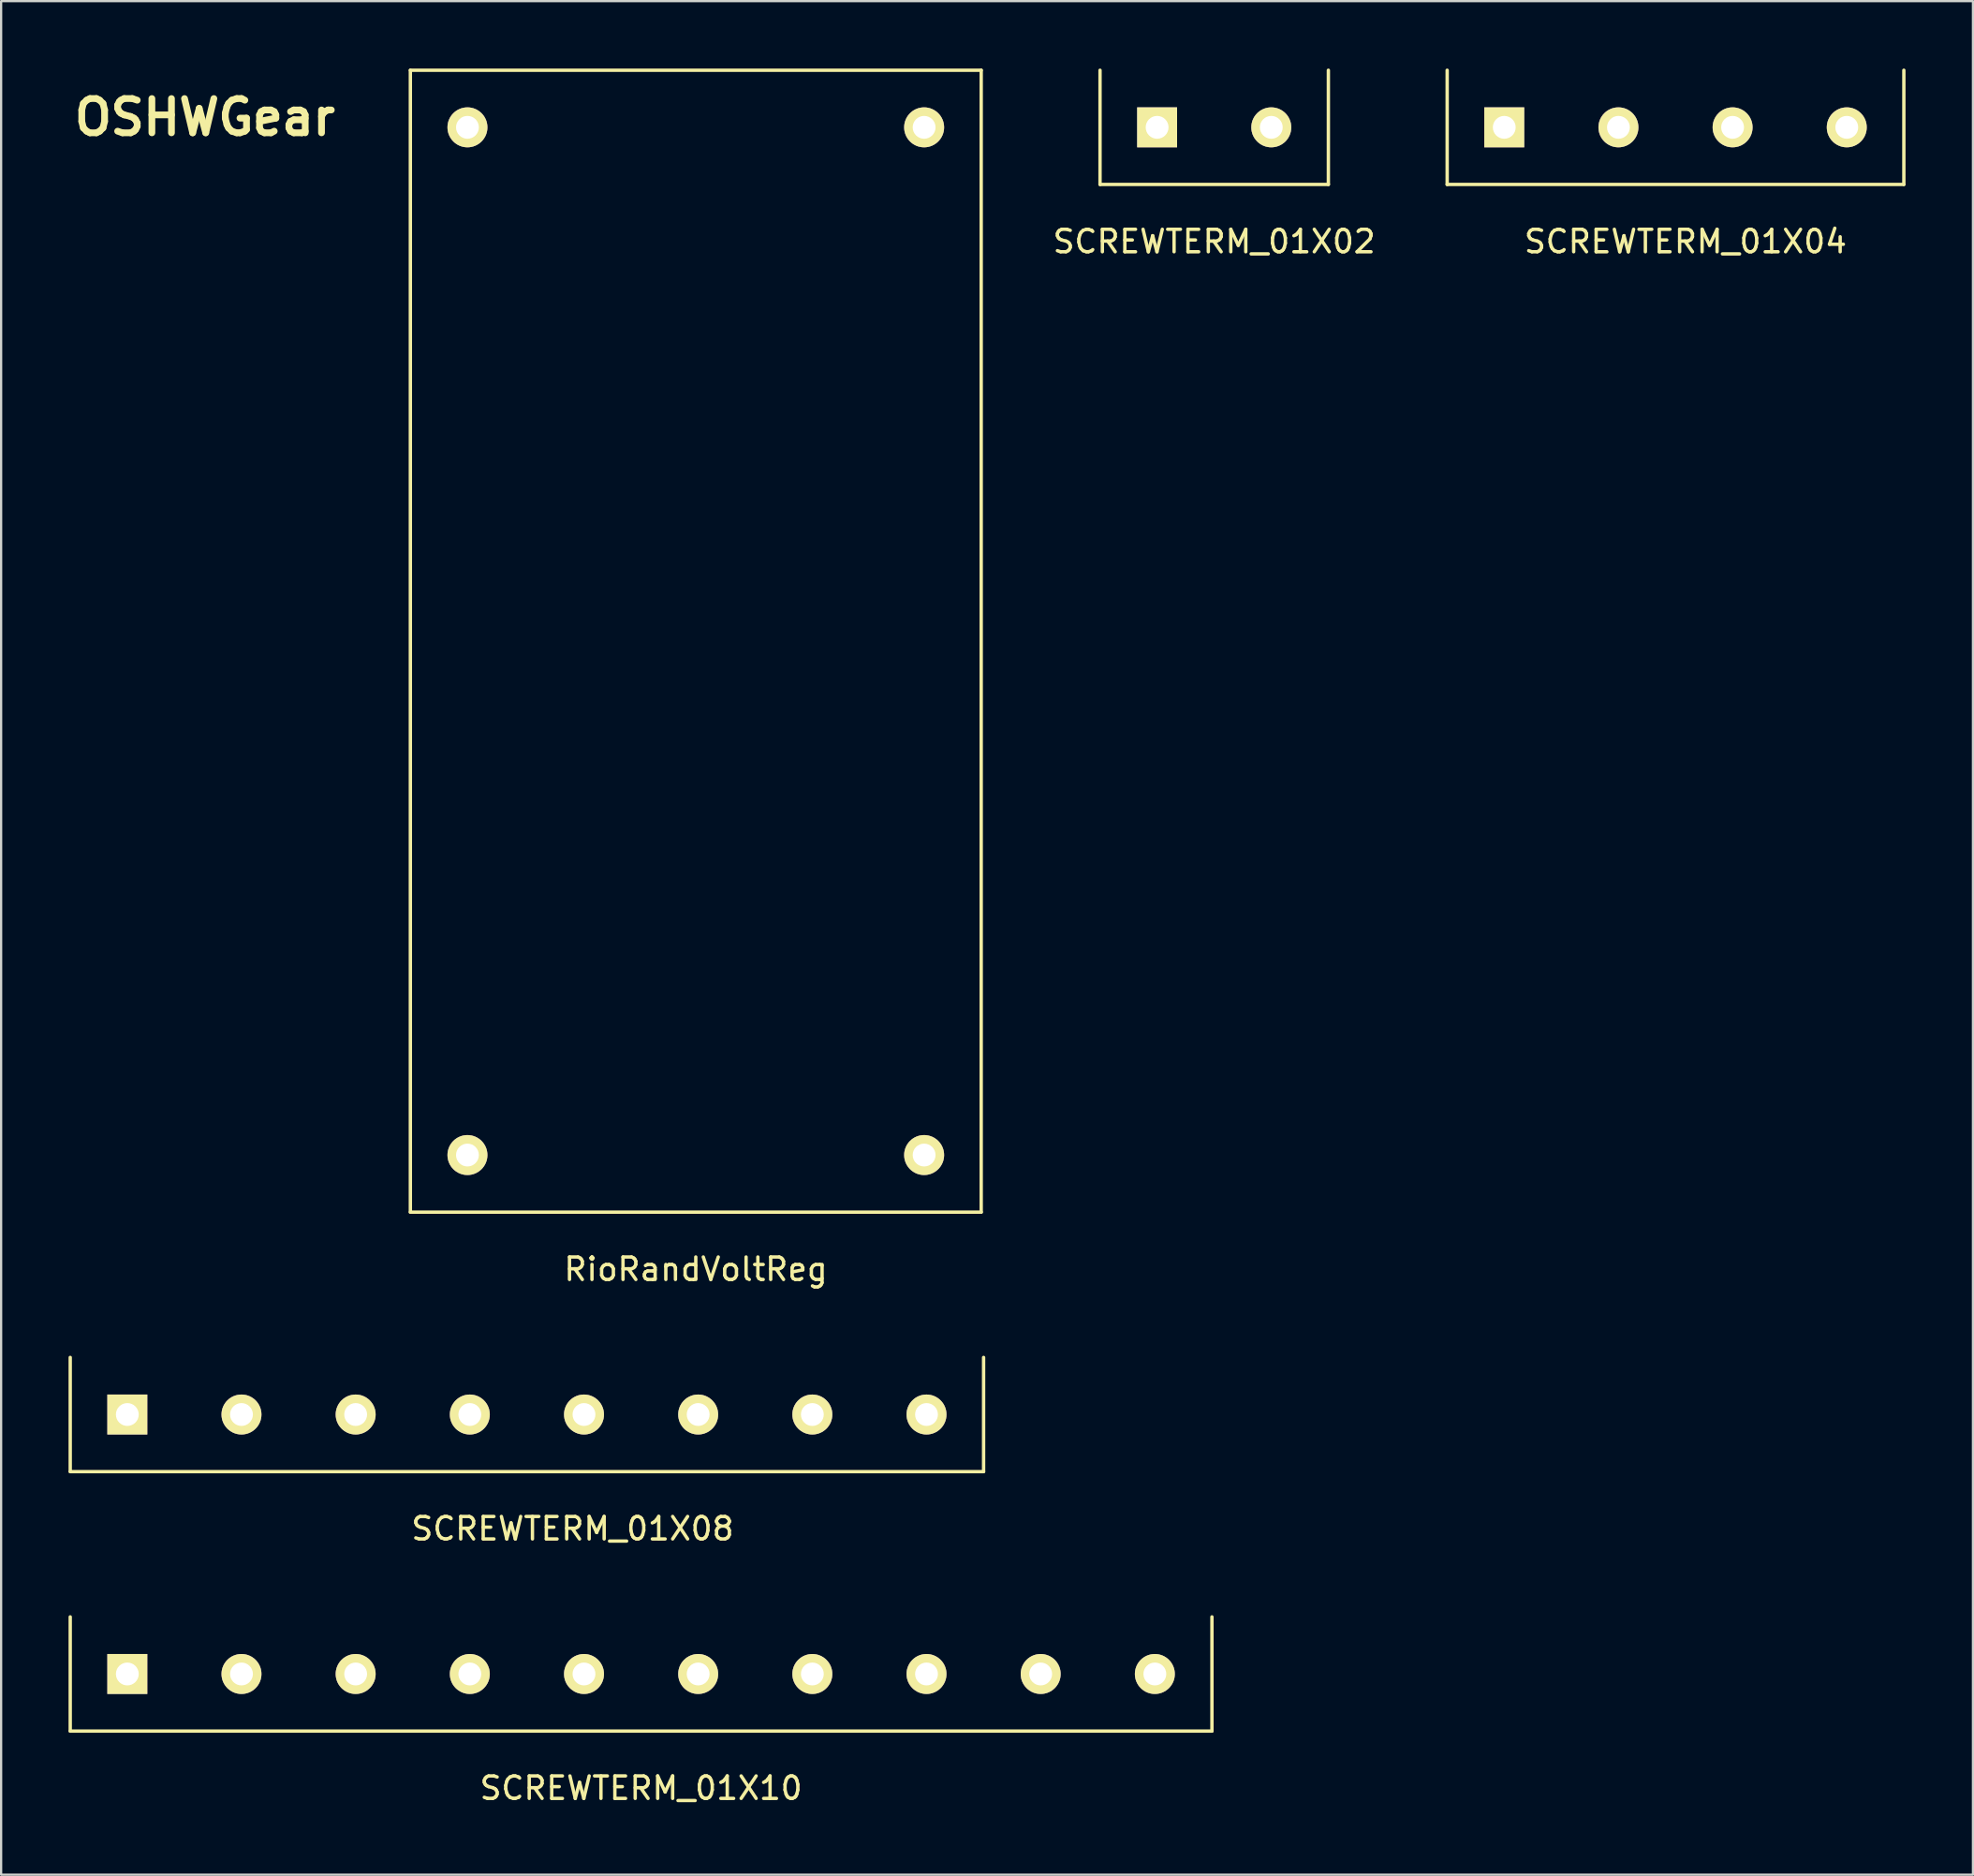
<source format=kicad_pcb>
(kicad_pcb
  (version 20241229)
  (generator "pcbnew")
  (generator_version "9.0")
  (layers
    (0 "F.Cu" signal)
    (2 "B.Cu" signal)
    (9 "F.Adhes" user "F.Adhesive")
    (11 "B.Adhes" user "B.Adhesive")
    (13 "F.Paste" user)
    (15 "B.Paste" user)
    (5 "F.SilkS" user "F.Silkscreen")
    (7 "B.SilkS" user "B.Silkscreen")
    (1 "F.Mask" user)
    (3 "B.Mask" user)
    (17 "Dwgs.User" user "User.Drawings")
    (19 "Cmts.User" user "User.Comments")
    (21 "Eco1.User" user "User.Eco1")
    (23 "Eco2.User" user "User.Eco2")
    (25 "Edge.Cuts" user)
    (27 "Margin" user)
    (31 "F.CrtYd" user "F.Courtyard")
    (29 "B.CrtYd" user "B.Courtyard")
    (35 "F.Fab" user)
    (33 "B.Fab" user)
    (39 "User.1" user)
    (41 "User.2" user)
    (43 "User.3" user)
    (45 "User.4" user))
  (footprint "OSHWGear"
    (layer "F.Cu")
    (at 6.067 2.169)
    (property "Reference" "OSHWGear" (at 0 0 0) (layer "F.SilkS") (effects (font (size 1.524 1.524) (thickness 0.3))))
    (attr through_hole)
    (fp_poly (pts (xy 0.174 -2.158) (xy 0.262 -2.147) (xy 0.304 -2.13) (xy 0.305 -2.129) (xy 0.32 -2.084) (xy 0.343 -1.992) (xy 0.369 -1.869) (xy 0.385 -1.791) (xy 0.411 -1.661) (xy 0.433 -1.557) (xy 0.448 -1.494) (xy 0.453 -1.482) (xy 0.503 -1.458) (xy 0.59 -1.421) (xy 0.694 -1.381) (xy 0.796 -1.343) (xy 0.876 -1.315) (xy 0.916 -1.305) (xy 0.958 -1.322) (xy 1.039 -1.369) (xy 1.144 -1.437) (xy 1.214 -1.485) (xy 1.47 -1.665) (xy 1.916 -1.219) (xy 1.733 -0.943) (xy 1.55 -0.668) (xy 1.659 -0.424) (xy 1.768 -0.18) (xy 2.061 -0.124) (xy 2.193 -0.097) (xy 2.301 -0.073) (xy 2.371 -0.054) (xy 2.387 -0.048) (xy 2.401 -0.009) (xy 2.412 0.078) (xy 2.418 0.199) (xy 2.419 0.257) (xy 2.418 0.39) (xy 2.41 0.481) (xy 2.383 0.541) (xy 2.328 0.58) (xy 2.235 0.609) (xy 2.094 0.636) (xy 2.027 0.648) (xy 1.91 0.671) (xy 1.82 0.69) (xy 1.773 0.703) (xy 1.77 0.705) (xy 1.746 0.751) (xy 1.711 0.838) (xy 1.671 0.946) (xy 1.633 1.056) (xy 1.604 1.147) (xy 1.592 1.201) (xy 1.591 1.204) (xy 1.609 1.254) (xy 1.656 1.341) (xy 1.724 1.447) (xy 1.755 1.493) (xy 1.919 1.725) (xy 1.469 2.175) (xy 1.23 2.011) (xy 1.102 1.925) (xy 1.012 1.873) (xy 0.948 1.853) (xy 0.897 1.859) (xy 0.847 1.889) (xy 0.842 1.893) (xy 0.78 1.93) (xy 0.744 1.941) (xy 0.721 1.913) (xy 0.678 1.836) (xy 0.622 1.718) (xy 0.555 1.57) (xy 0.496 1.431) (xy 0.283 0.92) (xy 0.356 0.859) (xy 0.416 0.815) (xy 0.454 0.797) (xy 0.491 0.769) (xy 0.541 0.699) (xy 0.595 0.604) (xy 0.644 0.502) (xy 0.678 0.41) (xy 0.685 0.379) (xy 0.689 0.179) (xy 0.637 -0.005) (xy 0.537 -0.167) (xy 0.398 -0.296) (xy 0.226 -0.383) (xy 0.029 -0.42) (xy 0 -0.42) (xy -0.199 -0.391) (xy -0.375 -0.31) (xy -0.52 -0.187) (xy -0.626 -0.029) (xy -0.685 0.153) (xy -0.689 0.35) (xy -0.685 0.379) (xy -0.661 0.461) (xy -0.617 0.561) (xy -0.564 0.661) (xy -0.511 0.743) (xy -0.467 0.791) (xy -0.454 0.797) (xy -0.414 0.816) (xy -0.356 0.859) (xy -0.283 0.92) (xy -0.496 1.431) (xy -0.567 1.597) (xy -0.632 1.741) (xy -0.687 1.852) (xy -0.726 1.921) (xy -0.744 1.941) (xy -0.796 1.922) (xy -0.842 1.893) (xy -0.897 1.859) (xy -0.952 1.852) (xy -1.02 1.876) (xy -1.115 1.933) (xy -1.196 1.99) (xy -1.297 2.06) (xy -1.382 2.116) (xy -1.434 2.147) (xy -1.439 2.149) (xy -1.478 2.135) (xy -1.55 2.082) (xy -1.643 2) (xy -1.7 1.945) (xy -1.918 1.725) (xy -1.755 1.493) (xy -1.681 1.382) (xy -1.625 1.286) (xy -1.595 1.219) (xy -1.591 1.204) (xy -1.602 1.154) (xy -1.63 1.066) (xy -1.667 0.957) (xy -1.707 0.848) (xy -1.743 0.758) (xy -1.768 0.707) (xy -1.77 0.705) (xy -1.803 0.694) (xy -1.884 0.676) (xy -1.995 0.654) (xy -2.027 0.648) (xy -2.189 0.618) (xy -2.299 0.592) (xy -2.367 0.558) (xy -2.403 0.506) (xy -2.417 0.428) (xy -2.419 0.311) (xy -2.419 0.257) (xy -2.416 0.127) (xy -2.407 0.024) (xy -2.393 -0.038) (xy -2.387 -0.048) (xy -2.343 -0.062) (xy -2.252 -0.084) (xy -2.13 -0.109) (xy -2.061 -0.122) (xy -1.767 -0.177) (xy -1.698 -0.319) (xy -1.63 -0.464) (xy -1.59 -0.569) (xy -1.579 -0.652) (xy -1.599 -0.731) (xy -1.649 -0.823) (xy -1.733 -0.946) (xy -1.736 -0.951) (xy -1.919 -1.216) (xy -1.695 -1.44) (xy -1.471 -1.664) (xy -1.21 -1.484) (xy -1.095 -1.408) (xy -0.997 -1.348) (xy -0.928 -1.312) (xy -0.907 -1.305) (xy -0.864 -1.316) (xy -0.782 -1.345) (xy -0.68 -1.383) (xy -0.578 -1.424) (xy -0.495 -1.46) (xy -0.453 -1.481) (xy -0.443 -1.513) (xy -0.425 -1.593) (xy -0.401 -1.709) (xy -0.385 -1.791) (xy -0.358 -1.925) (xy -0.332 -2.037) (xy -0.312 -2.11) (xy -0.305 -2.129) (xy -0.263 -2.147) (xy -0.177 -2.158) (xy -0.063 -2.164) (xy 0.06 -2.164) (xy 0.174 -2.158)) (stroke (width 0.01) (type solid)) (fill yes) (layer "F.Mask")))
  (footprint "SCREWTERM_01X02"
    (layer "F.Cu")
    (at 48.436 2.615)
    (property "Reference" "SCREWTERM_01X02" (at 2.54 5.08 0) (layer "F.SilkS") (effects (font (size 1 1) (thickness 0.15))))
    (attr through_hole)
    (fp_line (start -2.54 -2.54) (end -2.54 2.54) (stroke (width 0.15) (type solid)) (layer "F.SilkS"))
    (fp_line (start -2.54 2.54) (end 7.62 2.54) (stroke (width 0.15) (type solid)) (layer "F.SilkS"))
    (fp_line (start 7.62 2.54) (end 7.62 -2.54) (stroke (width 0.15) (type solid)) (layer "F.SilkS"))
    (pad "1" thru_hole rect (at 0 0) (size 1.778 1.778) (drill 1.016) (layers "*.Cu" "*.Mask" "F.SilkS"))
    (pad "2" thru_hole circle (at 5.08 0) (size 1.778 1.778) (drill 1.016) (layers "*.Cu" "*.Mask" "F.SilkS")))
  (footprint "SCREWTERM_01X04"
    (layer "F.Cu")
    (at 63.882 2.615)
    (property "Reference" "SCREWTERM_01X04" (at 8.065 5.08 0) (layer "F.SilkS") (effects (font (size 1 1) (thickness 0.15))))
    (attr through_hole)
    (fp_line (start -2.54 -2.54) (end -2.54 2.54) (stroke (width 0.15) (type solid)) (layer "F.SilkS"))
    (fp_line (start -2.54 2.54) (end 17.78 2.54) (stroke (width 0.15) (type solid)) (layer "F.SilkS"))
    (fp_line (start 17.78 2.54) (end 17.78 -2.54) (stroke (width 0.15) (type solid)) (layer "F.SilkS"))
    (pad "1" thru_hole rect (at 0 0) (size 1.778 1.778) (drill 1.016) (layers "*.Cu" "*.Mask" "F.SilkS"))
    (pad "2" thru_hole circle (at 5.08 0) (size 1.778 1.778) (drill 1.016) (layers "*.Cu" "*.Mask" "F.SilkS"))
    (pad "3" thru_hole circle (at 10.16 0) (size 1.778 1.778) (drill 1.016) (layers "*.Cu" "*.Mask" "F.SilkS"))
    (pad "4" thru_hole circle (at 15.24 0) (size 1.778 1.778) (drill 1.016) (layers "*.Cu" "*.Mask" "F.SilkS")))
  (footprint "SCREWTERM_01X08"
    (layer "F.Cu")
    (at 2.615 59.878)
    (property "Reference" "SCREWTERM_01X08" (at 19.812 5.08 0) (layer "F.SilkS") (effects (font (size 1 1) (thickness 0.15))))
    (attr through_hole)
    (fp_line (start -2.54 -2.54) (end -2.54 2.54) (stroke (width 0.15) (type solid)) (layer "F.SilkS"))
    (fp_line (start -2.54 2.54) (end 38.1 2.54) (stroke (width 0.15) (type solid)) (layer "F.SilkS"))
    (fp_line (start 38.1 2.54) (end 38.1 -2.54) (stroke (width 0.15) (type solid)) (layer "F.SilkS"))
    (pad "1" thru_hole rect (at 0 0) (size 1.778 1.778) (drill 1.016) (layers "*.Cu" "*.Mask" "F.SilkS"))
    (pad "2" thru_hole circle (at 5.08 0) (size 1.778 1.778) (drill 1.016) (layers "*.Cu" "*.Mask" "F.SilkS"))
    (pad "3" thru_hole circle (at 10.16 0) (size 1.778 1.778) (drill 1.016) (layers "*.Cu" "*.Mask" "F.SilkS"))
    (pad "4" thru_hole circle (at 15.24 0) (size 1.778 1.778) (drill 1.016) (layers "*.Cu" "*.Mask" "F.SilkS"))
    (pad "5" thru_hole circle (at 20.32 0) (size 1.778 1.778) (drill 1.016) (layers "*.Cu" "*.Mask" "F.SilkS"))
    (pad "6" thru_hole circle (at 25.4 0) (size 1.778 1.778) (drill 1.016) (layers "*.Cu" "*.Mask" "F.SilkS"))
    (pad "7" thru_hole circle (at 30.48 0) (size 1.778 1.778) (drill 1.016) (layers "*.Cu" "*.Mask" "F.SilkS"))
    (pad "8" thru_hole circle (at 35.56 0) (size 1.778 1.778) (drill 1.016) (layers "*.Cu" "*.Mask" "F.SilkS")))
  (footprint "RioRandVoltReg"
    (layer "F.Cu")
    (at 38.069 2.615)
    (property "Reference" "RioRandVoltReg" (at -10.16 50.8 0) (layer "F.SilkS") (effects (font (size 1 1) (thickness 0.15))))
    (attr through_hole)
    (fp_line (start -22.86 -2.54) (end 2.54 -2.54) (stroke (width 0.15) (type solid)) (layer "F.SilkS"))
    (fp_line (start -22.86 48.26) (end -22.86 -2.54) (stroke (width 0.15) (type solid)) (layer "F.SilkS"))
    (fp_line (start 2.54 -2.54) (end 2.54 48.26) (stroke (width 0.15) (type solid)) (layer "F.SilkS"))
    (fp_line (start 2.54 48.26) (end -22.86 48.26) (stroke (width 0.15) (type solid)) (layer "F.SilkS"))
    (pad "1" thru_hole circle (at 0 0) (size 1.778 1.778) (drill 1.016) (layers "*.Cu" "*.Mask" "F.SilkS"))
    (pad "2" thru_hole circle (at -20.32 0) (size 1.778 1.778) (drill 1.016) (layers "*.Cu" "*.Mask" "F.SilkS"))
    (pad "3" thru_hole circle (at -20.32 45.72) (size 1.778 1.778) (drill 1.016) (layers "*.Cu" "*.Mask" "F.SilkS"))
    (pad "4" thru_hole circle (at 0 45.72) (size 1.778 1.778) (drill 1.016) (layers "*.Cu" "*.Mask" "F.SilkS")))
  (footprint "SCREWTERM_01X10"
    (layer "F.Cu")
    (at 2.615 71.421)
    (property "Reference" "SCREWTERM_01X10" (at 22.86 5.08 0) (layer "F.SilkS") (effects (font (size 1 1) (thickness 0.15))))
    (attr through_hole)
    (fp_line (start -2.54 -2.54) (end -2.54 2.54) (stroke (width 0.15) (type solid)) (layer "F.SilkS"))
    (fp_line (start 48.26 -2.54) (end 48.26 2.54) (stroke (width 0.15) (type solid)) (layer "F.SilkS"))
    (fp_line (start 48.26 2.54) (end -2.54 2.54) (stroke (width 0.15) (type solid)) (layer "F.SilkS"))
    (pad "1" thru_hole rect (at 0 0) (size 1.778 1.778) (drill 1.016) (layers "*.Cu" "*.Mask" "F.SilkS"))
    (pad "2" thru_hole circle (at 5.08 0) (size 1.778 1.778) (drill 1.016) (layers "*.Cu" "*.Mask" "F.SilkS"))
    (pad "3" thru_hole circle (at 10.16 0) (size 1.778 1.778) (drill 1.016) (layers "*.Cu" "*.Mask" "F.SilkS"))
    (pad "4" thru_hole circle (at 15.24 0) (size 1.778 1.778) (drill 1.016) (layers "*.Cu" "*.Mask" "F.SilkS"))
    (pad "5" thru_hole circle (at 20.32 0) (size 1.778 1.778) (drill 1.016) (layers "*.Cu" "*.Mask" "F.SilkS"))
    (pad "6" thru_hole circle (at 25.4 0) (size 1.778 1.778) (drill 1.016) (layers "*.Cu" "*.Mask" "F.SilkS"))
    (pad "7" thru_hole circle (at 30.48 0) (size 1.778 1.778) (drill 1.016) (layers "*.Cu" "*.Mask" "F.SilkS"))
    (pad "8" thru_hole circle (at 35.56 0) (size 1.778 1.778) (drill 1.016) (layers "*.Cu" "*.Mask" "F.SilkS"))
    (pad "9" thru_hole circle (at 40.64 0) (size 1.778 1.778) (drill 1.016) (layers "*.Cu" "*.Mask" "F.SilkS"))
    (pad "10" thru_hole circle (at 45.72 0) (size 1.778 1.778) (drill 1.016) (layers "*.Cu" "*.Mask" "F.SilkS")))
  (gr_rect
    (start -3 -3)
    (end 84.737 80.35)
    (stroke (width 0.1) (type default))
    (fill no)
    (layer "Edge.Cuts")))
</source>
